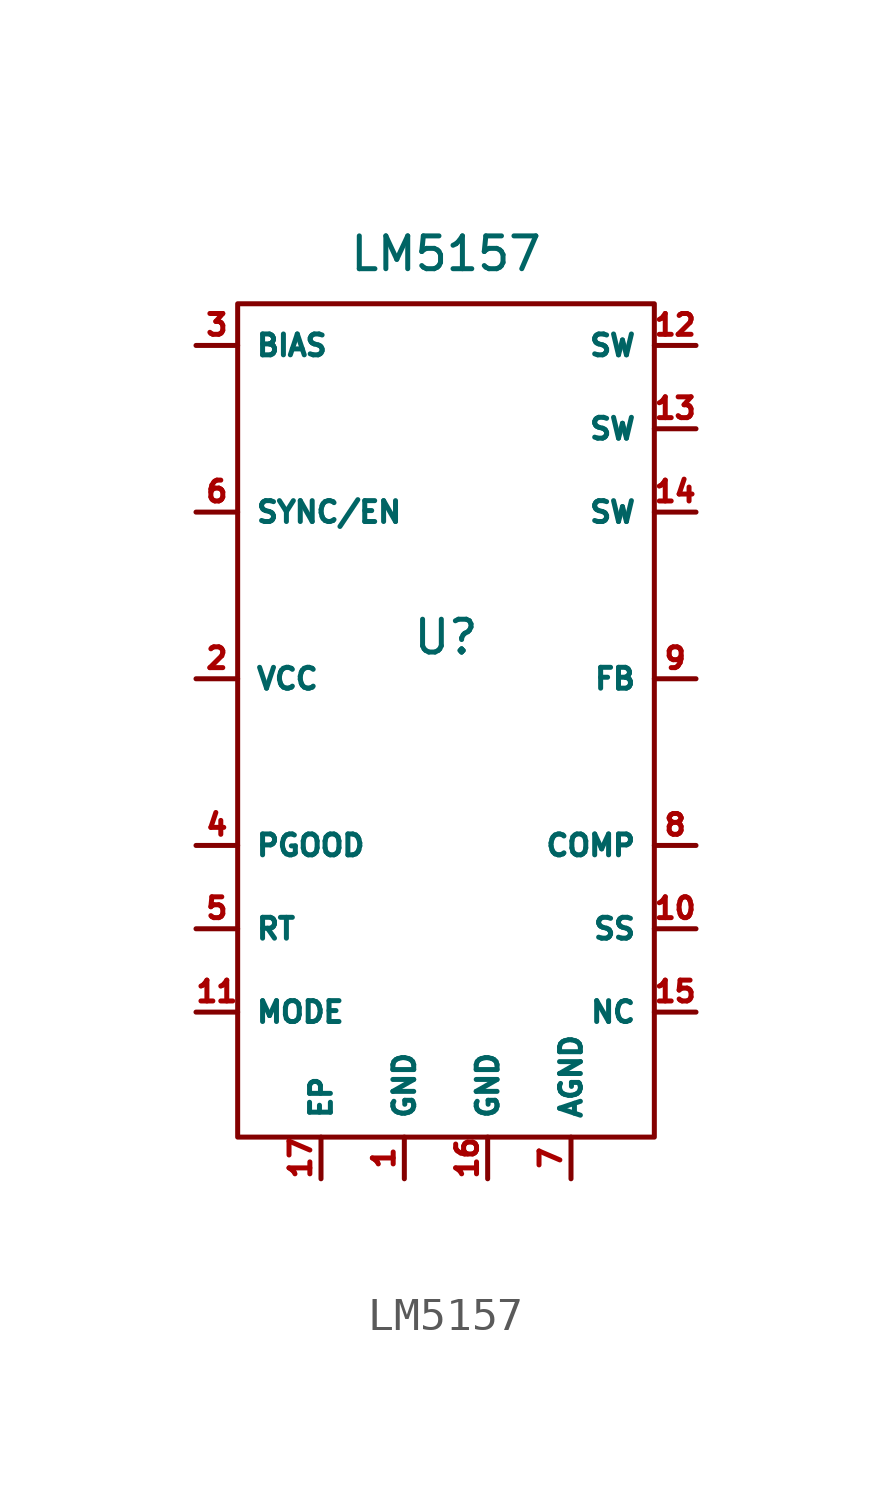
<source format=kicad_sym>
(kicad_symbol_lib
  (version 20241209)
  (generator "kicad_symbol_editor")
  (generator_version "9.0")
  (symbol "LM5157"
    (property "Reference" "U"
      (at 0 0 0)
      (effects (font (size 1 1))))
    (property "Value" "LM5157"
      (at 0 11.684 0)
      (effects (font (size 1 1))))
    (symbol "LM5157_0_1"
      (rectangle (start -6.35 10.16) (end 6.35 -15.24) (stroke (width 0) (type default)) (fill (type none))))
    (symbol "LM5157_1_1"
      (pin power_in line (at -7.62 8.89 0) (length 1.27) (name "BIAS" (effects (font (size 0.635 0.635)))) (number "3" (effects (font (size 0.635 0.635)))))
      (pin input line (at -7.62 3.81 0) (length 1.27) (name "SYNC/EN" (effects (font (size 0.635 0.635)))) (number "6" (effects (font (size 0.635 0.635)))))
      (pin power_out line (at -7.62 -1.27 0) (length 1.27) (name "VCC" (effects (font (size 0.635 0.635)))) (number "2" (effects (font (size 0.635 0.635)))))
      (pin output line (at -7.62 -6.35 0) (length 1.27) (name "PGOOD" (effects (font (size 0.635 0.635)))) (number "4" (effects (font (size 0.635 0.635)))))
      (pin input line (at -7.62 -8.89 0) (length 1.27) (name "RT" (effects (font (size 0.635 0.635)))) (number "5" (effects (font (size 0.635 0.635)))))
      (pin input line (at -7.62 -11.43 0) (length 1.27) (name "MODE" (effects (font (size 0.635 0.635)))) (number "11" (effects (font (size 0.635 0.635)))))
      (pin power_in line (at -3.81 -16.51 90) (length 1.27) (name "EP" (effects (font (size 0.635 0.635)))) (number "17" (effects (font (size 0.635 0.635)))))
      (pin power_in line (at -1.27 -16.51 90) (length 1.27) (name "GND" (effects (font (size 0.635 0.635)))) (number "1" (effects (font (size 0.635 0.635)))))
      (pin power_in line (at 1.27 -16.51 90) (length 1.27) (name "GND" (effects (font (size 0.635 0.635)))) (number "16" (effects (font (size 0.635 0.635)))))
      (pin power_in line (at 3.81 -16.51 90) (length 1.27) (name "AGND" (effects (font (size 0.635 0.635)))) (number "7" (effects (font (size 0.635 0.635)))))
      (pin output line (at 7.62 8.89 180) (length 1.27) (name "SW" (effects (font (size 0.635 0.635)))) (number "12" (effects (font (size 0.635 0.635)))))
      (pin output line (at 7.62 6.35 180) (length 1.27) (name "SW" (effects (font (size 0.635 0.635)))) (number "13" (effects (font (size 0.635 0.635)))))
      (pin output line (at 7.62 3.81 180) (length 1.27) (name "SW" (effects (font (size 0.635 0.635)))) (number "14" (effects (font (size 0.635 0.635)))))
      (pin input line (at 7.62 -1.27 180) (length 1.27) (name "FB" (effects (font (size 0.635 0.635)))) (number "9" (effects (font (size 0.635 0.635)))))
      (pin output line (at 7.62 -6.35 180) (length 1.27) (name "COMP" (effects (font (size 0.635 0.635)))) (number "8" (effects (font (size 0.635 0.635)))))
      (pin input line (at 7.62 -8.89 180) (length 1.27) (name "SS" (effects (font (size 0.635 0.635)))) (number "10" (effects (font (size 0.635 0.635)))))
      (pin passive line (at 7.62 -11.43 180) (length 1.27) (name "NC" (effects (font (size 0.635 0.635)))) (number "15" (effects (font (size 0.635 0.635))))))))
</source>
